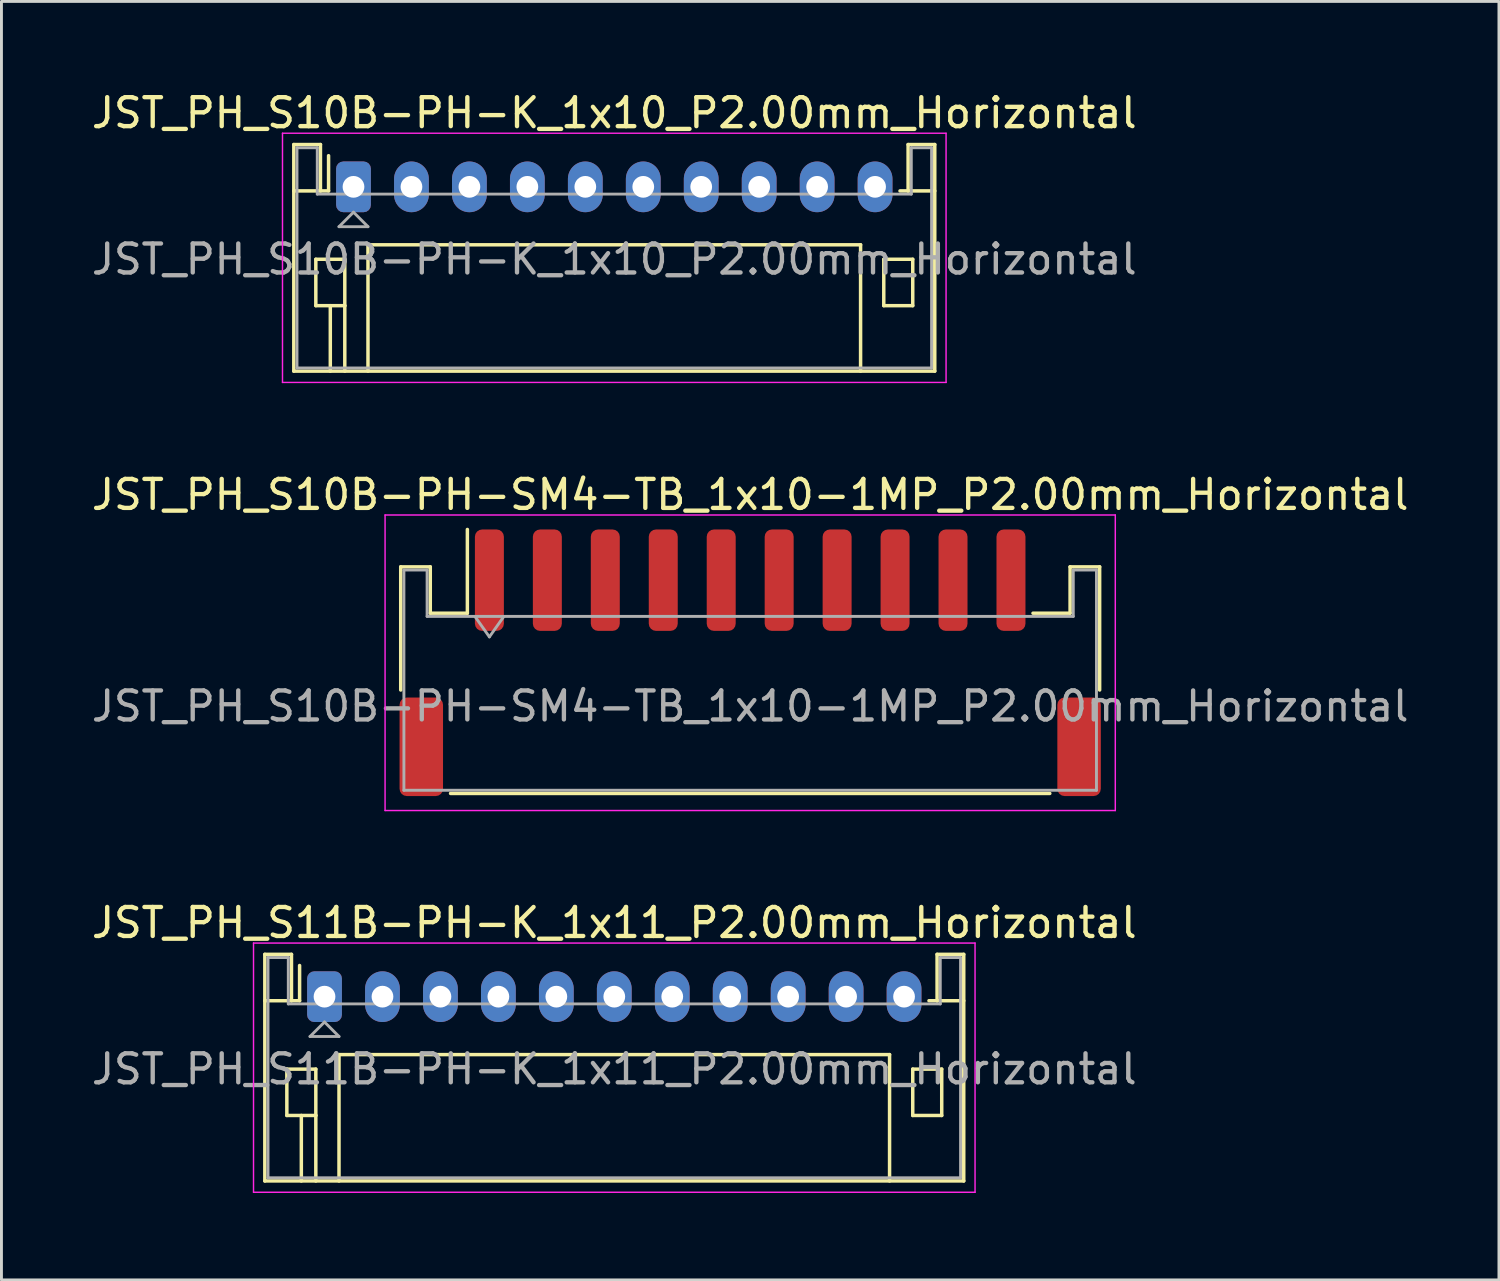
<source format=kicad_pcb>
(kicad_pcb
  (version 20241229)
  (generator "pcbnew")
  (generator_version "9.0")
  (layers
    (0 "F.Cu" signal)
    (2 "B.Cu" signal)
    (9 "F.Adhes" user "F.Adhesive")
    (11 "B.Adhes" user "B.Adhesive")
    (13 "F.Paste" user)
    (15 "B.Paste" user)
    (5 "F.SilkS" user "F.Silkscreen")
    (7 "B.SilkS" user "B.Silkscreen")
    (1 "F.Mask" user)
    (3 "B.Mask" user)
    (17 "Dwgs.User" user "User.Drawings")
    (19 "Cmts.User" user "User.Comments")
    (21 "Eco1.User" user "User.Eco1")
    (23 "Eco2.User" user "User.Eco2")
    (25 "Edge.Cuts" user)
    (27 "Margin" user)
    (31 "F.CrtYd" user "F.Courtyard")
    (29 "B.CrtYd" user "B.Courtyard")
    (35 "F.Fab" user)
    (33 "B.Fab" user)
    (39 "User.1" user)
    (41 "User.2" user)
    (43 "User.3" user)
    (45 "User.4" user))
  (footprint "JST_PH_S10B-PH-SM4-TB_1x10-1MP_P2.00mm_Horizontal"
    (layer "F.Cu")
    (at 22.839 19.822)
    (property "Reference" "JST_PH_S10B-PH-SM4-TB_1x10-1MP_P2.00mm_Horizontal" (at 0 -5.8 0) (layer "F.SilkS") (effects (font (size 1 1) (thickness 0.15))))
    (attr smd)
    (fp_line (start -12.06 -3.31) (end -11.04 -3.31) (stroke (width 0.12) (type solid)) (layer "F.SilkS"))
    (fp_line (start -12.06 0.94) (end -12.06 -3.31) (stroke (width 0.12) (type solid)) (layer "F.SilkS"))
    (fp_line (start -11.04 -3.31) (end -11.04 -1.71) (stroke (width 0.12) (type solid)) (layer "F.SilkS"))
    (fp_line (start -11.04 -1.71) (end -9.76 -1.71) (stroke (width 0.12) (type solid)) (layer "F.SilkS"))
    (fp_line (start -10.34 4.51) (end 10.34 4.51) (stroke (width 0.12) (type solid)) (layer "F.SilkS"))
    (fp_line (start -9.76 -1.71) (end -9.76 -4.6) (stroke (width 0.12) (type solid)) (layer "F.SilkS"))
    (fp_line (start 11.04 -3.31) (end 11.04 -1.71) (stroke (width 0.12) (type solid)) (layer "F.SilkS"))
    (fp_line (start 11.04 -1.71) (end 9.76 -1.71) (stroke (width 0.12) (type solid)) (layer "F.SilkS"))
    (fp_line (start 12.06 -3.31) (end 11.04 -3.31) (stroke (width 0.12) (type solid)) (layer "F.SilkS"))
    (fp_line (start 12.06 0.94) (end 12.06 -3.31) (stroke (width 0.12) (type solid)) (layer "F.SilkS"))
    (fp_line (start -12.6 -5.1) (end -12.6 5.1) (stroke (width 0.05) (type solid)) (layer "F.CrtYd"))
    (fp_line (start -12.6 5.1) (end 12.6 5.1) (stroke (width 0.05) (type solid)) (layer "F.CrtYd"))
    (fp_line (start 12.6 -5.1) (end -12.6 -5.1) (stroke (width 0.05) (type solid)) (layer "F.CrtYd"))
    (fp_line (start 12.6 5.1) (end 12.6 -5.1) (stroke (width 0.05) (type solid)) (layer "F.CrtYd"))
    (fp_line (start -11.95 -3.2) (end -11.95 4.4) (stroke (width 0.1) (type solid)) (layer "F.Fab"))
    (fp_line (start -11.95 -3.2) (end -11.15 -3.2) (stroke (width 0.1) (type solid)) (layer "F.Fab"))
    (fp_line (start -11.95 4.4) (end 11.95 4.4) (stroke (width 0.1) (type solid)) (layer "F.Fab"))
    (fp_line (start -11.15 -3.2) (end -11.15 -1.6) (stroke (width 0.1) (type solid)) (layer "F.Fab"))
    (fp_line (start -11.15 -1.6) (end 11.15 -1.6) (stroke (width 0.1) (type solid)) (layer "F.Fab"))
    (fp_line (start -9.5 -1.6) (end -9 -0.893) (stroke (width 0.1) (type solid)) (layer "F.Fab"))
    (fp_line (start -9 -0.893) (end -8.5 -1.6) (stroke (width 0.1) (type solid)) (layer "F.Fab"))
    (fp_line (start 11.15 -3.2) (end 11.95 -3.2) (stroke (width 0.1) (type solid)) (layer "F.Fab"))
    (fp_line (start 11.15 -1.6) (end 11.15 -3.2) (stroke (width 0.1) (type solid)) (layer "F.Fab"))
    (fp_line (start 11.95 -3.2) (end 11.95 4.4) (stroke (width 0.1) (type solid)) (layer "F.Fab"))
    (fp_text user "${REFERENCE}" (at 0 1.5 0) (layer "F.Fab") (effects (font (size 1 1) (thickness 0.15))))
    (pad "1" smd roundrect (at -9 -2.85) (size 1 3.5) (layers "F.Cu" "F.Mask" "F.Paste") (roundrect_rratio 0.25))
    (pad "2" smd roundrect (at -7 -2.85) (size 1 3.5) (layers "F.Cu" "F.Mask" "F.Paste") (roundrect_rratio 0.25))
    (pad "3" smd roundrect (at -5 -2.85) (size 1 3.5) (layers "F.Cu" "F.Mask" "F.Paste") (roundrect_rratio 0.25))
    (pad "4" smd roundrect (at -3 -2.85) (size 1 3.5) (layers "F.Cu" "F.Mask" "F.Paste") (roundrect_rratio 0.25))
    (pad "5" smd roundrect (at -1 -2.85) (size 1 3.5) (layers "F.Cu" "F.Mask" "F.Paste") (roundrect_rratio 0.25))
    (pad "6" smd roundrect (at 1 -2.85) (size 1 3.5) (layers "F.Cu" "F.Mask" "F.Paste") (roundrect_rratio 0.25))
    (pad "7" smd roundrect (at 3 -2.85) (size 1 3.5) (layers "F.Cu" "F.Mask" "F.Paste") (roundrect_rratio 0.25))
    (pad "8" smd roundrect (at 5 -2.85) (size 1 3.5) (layers "F.Cu" "F.Mask" "F.Paste") (roundrect_rratio 0.25))
    (pad "9" smd roundrect (at 7 -2.85) (size 1 3.5) (layers "F.Cu" "F.Mask" "F.Paste") (roundrect_rratio 0.25))
    (pad "10" smd roundrect (at 9 -2.85) (size 1 3.5) (layers "F.Cu" "F.Mask" "F.Paste") (roundrect_rratio 0.25))
    (pad "MP" smd roundrect (at -11.35 2.9) (size 1.5 3.4) (layers "F.Cu" "F.Mask" "F.Paste") (roundrect_rratio 0.167))
    (pad "MP" smd roundrect (at 11.35 2.9) (size 1.5 3.4) (layers "F.Cu" "F.Mask" "F.Paste") (roundrect_rratio 0.167)))
  (footprint "JST_PH_S11B-PH-K_1x11_P2.00mm_Horizontal"
    (layer "F.Cu")
    (at 8.149 31.345)
    (property "Reference" "JST_PH_S11B-PH-K_1x11_P2.00mm_Horizontal" (at 10 -2.55 0) (layer "F.SilkS") (effects (font (size 1 1) (thickness 0.15))))
    (attr through_hole)
    (fp_line (start -2.06 -1.46) (end -2.06 6.36) (stroke (width 0.12) (type solid)) (layer "F.SilkS"))
    (fp_line (start -2.06 0.14) (end -1.14 0.14) (stroke (width 0.12) (type solid)) (layer "F.SilkS"))
    (fp_line (start -2.06 6.36) (end 22.06 6.36) (stroke (width 0.12) (type solid)) (layer "F.SilkS"))
    (fp_line (start -1.3 2.5) (end -1.3 4.1) (stroke (width 0.12) (type solid)) (layer "F.SilkS"))
    (fp_line (start -1.3 4.1) (end -0.3 4.1) (stroke (width 0.12) (type solid)) (layer "F.SilkS"))
    (fp_line (start -1.14 -1.46) (end -2.06 -1.46) (stroke (width 0.12) (type solid)) (layer "F.SilkS"))
    (fp_line (start -1.14 0.14) (end -1.14 -1.46) (stroke (width 0.12) (type solid)) (layer "F.SilkS"))
    (fp_line (start -0.86 0.14) (end -1.14 0.14) (stroke (width 0.12) (type solid)) (layer "F.SilkS"))
    (fp_line (start -0.86 0.14) (end -0.86 -1.075) (stroke (width 0.12) (type solid)) (layer "F.SilkS"))
    (fp_line (start -0.8 4.1) (end -0.8 6.36) (stroke (width 0.12) (type solid)) (layer "F.SilkS"))
    (fp_line (start -0.3 2.5) (end -1.3 2.5) (stroke (width 0.12) (type solid)) (layer "F.SilkS"))
    (fp_line (start -0.3 4.1) (end -0.3 2.5) (stroke (width 0.12) (type solid)) (layer "F.SilkS"))
    (fp_line (start -0.3 4.1) (end -0.3 6.36) (stroke (width 0.12) (type solid)) (layer "F.SilkS"))
    (fp_line (start 0.5 2) (end 19.5 2) (stroke (width 0.12) (type solid)) (layer "F.SilkS"))
    (fp_line (start 0.5 6.36) (end 0.5 2) (stroke (width 0.12) (type solid)) (layer "F.SilkS"))
    (fp_line (start 19.5 2) (end 19.5 6.36) (stroke (width 0.12) (type solid)) (layer "F.SilkS"))
    (fp_line (start 20.3 2.5) (end 21.3 2.5) (stroke (width 0.12) (type solid)) (layer "F.SilkS"))
    (fp_line (start 20.3 4.1) (end 20.3 2.5) (stroke (width 0.12) (type solid)) (layer "F.SilkS"))
    (fp_line (start 21.14 -1.46) (end 21.14 0.14) (stroke (width 0.12) (type solid)) (layer "F.SilkS"))
    (fp_line (start 21.14 0.14) (end 20.86 0.14) (stroke (width 0.12) (type solid)) (layer "F.SilkS"))
    (fp_line (start 21.3 2.5) (end 21.3 4.1) (stroke (width 0.12) (type solid)) (layer "F.SilkS"))
    (fp_line (start 21.3 4.1) (end 20.3 4.1) (stroke (width 0.12) (type solid)) (layer "F.SilkS"))
    (fp_line (start 22.06 -1.46) (end 21.14 -1.46) (stroke (width 0.12) (type solid)) (layer "F.SilkS"))
    (fp_line (start 22.06 0.14) (end 21.14 0.14) (stroke (width 0.12) (type solid)) (layer "F.SilkS"))
    (fp_line (start 22.06 6.36) (end 22.06 -1.46) (stroke (width 0.12) (type solid)) (layer "F.SilkS"))
    (fp_line (start -2.45 -1.85) (end -2.45 6.75) (stroke (width 0.05) (type solid)) (layer "F.CrtYd"))
    (fp_line (start -2.45 6.75) (end 22.45 6.75) (stroke (width 0.05) (type solid)) (layer "F.CrtYd"))
    (fp_line (start 22.45 -1.85) (end -2.45 -1.85) (stroke (width 0.05) (type solid)) (layer "F.CrtYd"))
    (fp_line (start 22.45 6.75) (end 22.45 -1.85) (stroke (width 0.05) (type solid)) (layer "F.CrtYd"))
    (fp_line (start -1.95 -1.35) (end -1.95 6.25) (stroke (width 0.1) (type solid)) (layer "F.Fab"))
    (fp_line (start -1.95 6.25) (end 21.95 6.25) (stroke (width 0.1) (type solid)) (layer "F.Fab"))
    (fp_line (start -1.25 -1.35) (end -1.95 -1.35) (stroke (width 0.1) (type solid)) (layer "F.Fab"))
    (fp_line (start -1.25 0.25) (end -1.25 -1.35) (stroke (width 0.1) (type solid)) (layer "F.Fab"))
    (fp_line (start -0.5 1.375) (end 0.5 1.375) (stroke (width 0.1) (type solid)) (layer "F.Fab"))
    (fp_line (start 0 0.875) (end -0.5 1.375) (stroke (width 0.1) (type solid)) (layer "F.Fab"))
    (fp_line (start 0.5 1.375) (end 0 0.875) (stroke (width 0.1) (type solid)) (layer "F.Fab"))
    (fp_line (start 21.25 -1.35) (end 21.25 0.25) (stroke (width 0.1) (type solid)) (layer "F.Fab"))
    (fp_line (start 21.25 0.25) (end -1.25 0.25) (stroke (width 0.1) (type solid)) (layer "F.Fab"))
    (fp_line (start 21.95 -1.35) (end 21.25 -1.35) (stroke (width 0.1) (type solid)) (layer "F.Fab"))
    (fp_line (start 21.95 6.25) (end 21.95 -1.35) (stroke (width 0.1) (type solid)) (layer "F.Fab"))
    (fp_text user "${REFERENCE}" (at 10 2.5 0) (layer "F.Fab") (effects (font (size 1 1) (thickness 0.15))))
    (pad "1" thru_hole roundrect (at 0 0) (size 1.2 1.75) (drill 0.75) (layers "*.Cu" "*.Mask") (roundrect_rratio 0.208))
    (pad "2" thru_hole oval (at 2 0) (size 1.2 1.75) (drill 0.75) (layers "*.Cu" "*.Mask"))
    (pad "3" thru_hole oval (at 4 0) (size 1.2 1.75) (drill 0.75) (layers "*.Cu" "*.Mask"))
    (pad "4" thru_hole oval (at 6 0) (size 1.2 1.75) (drill 0.75) (layers "*.Cu" "*.Mask"))
    (pad "5" thru_hole oval (at 8 0) (size 1.2 1.75) (drill 0.75) (layers "*.Cu" "*.Mask"))
    (pad "6" thru_hole oval (at 10 0) (size 1.2 1.75) (drill 0.75) (layers "*.Cu" "*.Mask"))
    (pad "7" thru_hole oval (at 12 0) (size 1.2 1.75) (drill 0.75) (layers "*.Cu" "*.Mask"))
    (pad "8" thru_hole oval (at 14 0) (size 1.2 1.75) (drill 0.75) (layers "*.Cu" "*.Mask"))
    (pad "9" thru_hole oval (at 16 0) (size 1.2 1.75) (drill 0.75) (layers "*.Cu" "*.Mask"))
    (pad "10" thru_hole oval (at 18 0) (size 1.2 1.75) (drill 0.75) (layers "*.Cu" "*.Mask"))
    (pad "11" thru_hole oval (at 20 0) (size 1.2 1.75) (drill 0.75) (layers "*.Cu" "*.Mask")))
  (footprint "JST_PH_S10B-PH-K_1x10_P2.00mm_Horizontal"
    (layer "F.Cu")
    (at 9.149 3.398)
    (property "Reference" "JST_PH_S10B-PH-K_1x10_P2.00mm_Horizontal" (at 9 -2.55 0) (layer "F.SilkS") (effects (font (size 1 1) (thickness 0.15))))
    (attr through_hole)
    (fp_line (start -2.06 -1.46) (end -2.06 6.36) (stroke (width 0.12) (type solid)) (layer "F.SilkS"))
    (fp_line (start -2.06 0.14) (end -1.14 0.14) (stroke (width 0.12) (type solid)) (layer "F.SilkS"))
    (fp_line (start -2.06 6.36) (end 20.06 6.36) (stroke (width 0.12) (type solid)) (layer "F.SilkS"))
    (fp_line (start -1.3 2.5) (end -1.3 4.1) (stroke (width 0.12) (type solid)) (layer "F.SilkS"))
    (fp_line (start -1.3 4.1) (end -0.3 4.1) (stroke (width 0.12) (type solid)) (layer "F.SilkS"))
    (fp_line (start -1.14 -1.46) (end -2.06 -1.46) (stroke (width 0.12) (type solid)) (layer "F.SilkS"))
    (fp_line (start -1.14 0.14) (end -1.14 -1.46) (stroke (width 0.12) (type solid)) (layer "F.SilkS"))
    (fp_line (start -0.86 0.14) (end -1.14 0.14) (stroke (width 0.12) (type solid)) (layer "F.SilkS"))
    (fp_line (start -0.86 0.14) (end -0.86 -1.075) (stroke (width 0.12) (type solid)) (layer "F.SilkS"))
    (fp_line (start -0.8 4.1) (end -0.8 6.36) (stroke (width 0.12) (type solid)) (layer "F.SilkS"))
    (fp_line (start -0.3 2.5) (end -1.3 2.5) (stroke (width 0.12) (type solid)) (layer "F.SilkS"))
    (fp_line (start -0.3 4.1) (end -0.3 2.5) (stroke (width 0.12) (type solid)) (layer "F.SilkS"))
    (fp_line (start -0.3 4.1) (end -0.3 6.36) (stroke (width 0.12) (type solid)) (layer "F.SilkS"))
    (fp_line (start 0.5 2) (end 17.5 2) (stroke (width 0.12) (type solid)) (layer "F.SilkS"))
    (fp_line (start 0.5 6.36) (end 0.5 2) (stroke (width 0.12) (type solid)) (layer "F.SilkS"))
    (fp_line (start 17.5 2) (end 17.5 6.36) (stroke (width 0.12) (type solid)) (layer "F.SilkS"))
    (fp_line (start 18.3 2.5) (end 19.3 2.5) (stroke (width 0.12) (type solid)) (layer "F.SilkS"))
    (fp_line (start 18.3 4.1) (end 18.3 2.5) (stroke (width 0.12) (type solid)) (layer "F.SilkS"))
    (fp_line (start 19.14 -1.46) (end 19.14 0.14) (stroke (width 0.12) (type solid)) (layer "F.SilkS"))
    (fp_line (start 19.14 0.14) (end 18.86 0.14) (stroke (width 0.12) (type solid)) (layer "F.SilkS"))
    (fp_line (start 19.3 2.5) (end 19.3 4.1) (stroke (width 0.12) (type solid)) (layer "F.SilkS"))
    (fp_line (start 19.3 4.1) (end 18.3 4.1) (stroke (width 0.12) (type solid)) (layer "F.SilkS"))
    (fp_line (start 20.06 -1.46) (end 19.14 -1.46) (stroke (width 0.12) (type solid)) (layer "F.SilkS"))
    (fp_line (start 20.06 0.14) (end 19.14 0.14) (stroke (width 0.12) (type solid)) (layer "F.SilkS"))
    (fp_line (start 20.06 6.36) (end 20.06 -1.46) (stroke (width 0.12) (type solid)) (layer "F.SilkS"))
    (fp_line (start -2.45 -1.85) (end -2.45 6.75) (stroke (width 0.05) (type solid)) (layer "F.CrtYd"))
    (fp_line (start -2.45 6.75) (end 20.45 6.75) (stroke (width 0.05) (type solid)) (layer "F.CrtYd"))
    (fp_line (start 20.45 -1.85) (end -2.45 -1.85) (stroke (width 0.05) (type solid)) (layer "F.CrtYd"))
    (fp_line (start 20.45 6.75) (end 20.45 -1.85) (stroke (width 0.05) (type solid)) (layer "F.CrtYd"))
    (fp_line (start -1.95 -1.35) (end -1.95 6.25) (stroke (width 0.1) (type solid)) (layer "F.Fab"))
    (fp_line (start -1.95 6.25) (end 19.95 6.25) (stroke (width 0.1) (type solid)) (layer "F.Fab"))
    (fp_line (start -1.25 -1.35) (end -1.95 -1.35) (stroke (width 0.1) (type solid)) (layer "F.Fab"))
    (fp_line (start -1.25 0.25) (end -1.25 -1.35) (stroke (width 0.1) (type solid)) (layer "F.Fab"))
    (fp_line (start -0.5 1.375) (end 0.5 1.375) (stroke (width 0.1) (type solid)) (layer "F.Fab"))
    (fp_line (start 0 0.875) (end -0.5 1.375) (stroke (width 0.1) (type solid)) (layer "F.Fab"))
    (fp_line (start 0.5 1.375) (end 0 0.875) (stroke (width 0.1) (type solid)) (layer "F.Fab"))
    (fp_line (start 19.25 -1.35) (end 19.25 0.25) (stroke (width 0.1) (type solid)) (layer "F.Fab"))
    (fp_line (start 19.25 0.25) (end -1.25 0.25) (stroke (width 0.1) (type solid)) (layer "F.Fab"))
    (fp_line (start 19.95 -1.35) (end 19.25 -1.35) (stroke (width 0.1) (type solid)) (layer "F.Fab"))
    (fp_line (start 19.95 6.25) (end 19.95 -1.35) (stroke (width 0.1) (type solid)) (layer "F.Fab"))
    (fp_text user "${REFERENCE}" (at 9 2.5 0) (layer "F.Fab") (effects (font (size 1 1) (thickness 0.15))))
    (pad "1" thru_hole roundrect (at 0 0) (size 1.2 1.75) (drill 0.75) (layers "*.Cu" "*.Mask") (roundrect_rratio 0.208))
    (pad "2" thru_hole oval (at 2 0) (size 1.2 1.75) (drill 0.75) (layers "*.Cu" "*.Mask"))
    (pad "3" thru_hole oval (at 4 0) (size 1.2 1.75) (drill 0.75) (layers "*.Cu" "*.Mask"))
    (pad "4" thru_hole oval (at 6 0) (size 1.2 1.75) (drill 0.75) (layers "*.Cu" "*.Mask"))
    (pad "5" thru_hole oval (at 8 0) (size 1.2 1.75) (drill 0.75) (layers "*.Cu" "*.Mask"))
    (pad "6" thru_hole oval (at 10 0) (size 1.2 1.75) (drill 0.75) (layers "*.Cu" "*.Mask"))
    (pad "7" thru_hole oval (at 12 0) (size 1.2 1.75) (drill 0.75) (layers "*.Cu" "*.Mask"))
    (pad "8" thru_hole oval (at 14 0) (size 1.2 1.75) (drill 0.75) (layers "*.Cu" "*.Mask"))
    (pad "9" thru_hole oval (at 16 0) (size 1.2 1.75) (drill 0.75) (layers "*.Cu" "*.Mask"))
    (pad "10" thru_hole oval (at 18 0) (size 1.2 1.75) (drill 0.75) (layers "*.Cu" "*.Mask")))
  (gr_rect
    (start -3 -3)
    (end 48.679 41.12)
    (stroke (width 0.1) (type default))
    (fill no)
    (layer "Edge.Cuts")))
</source>
